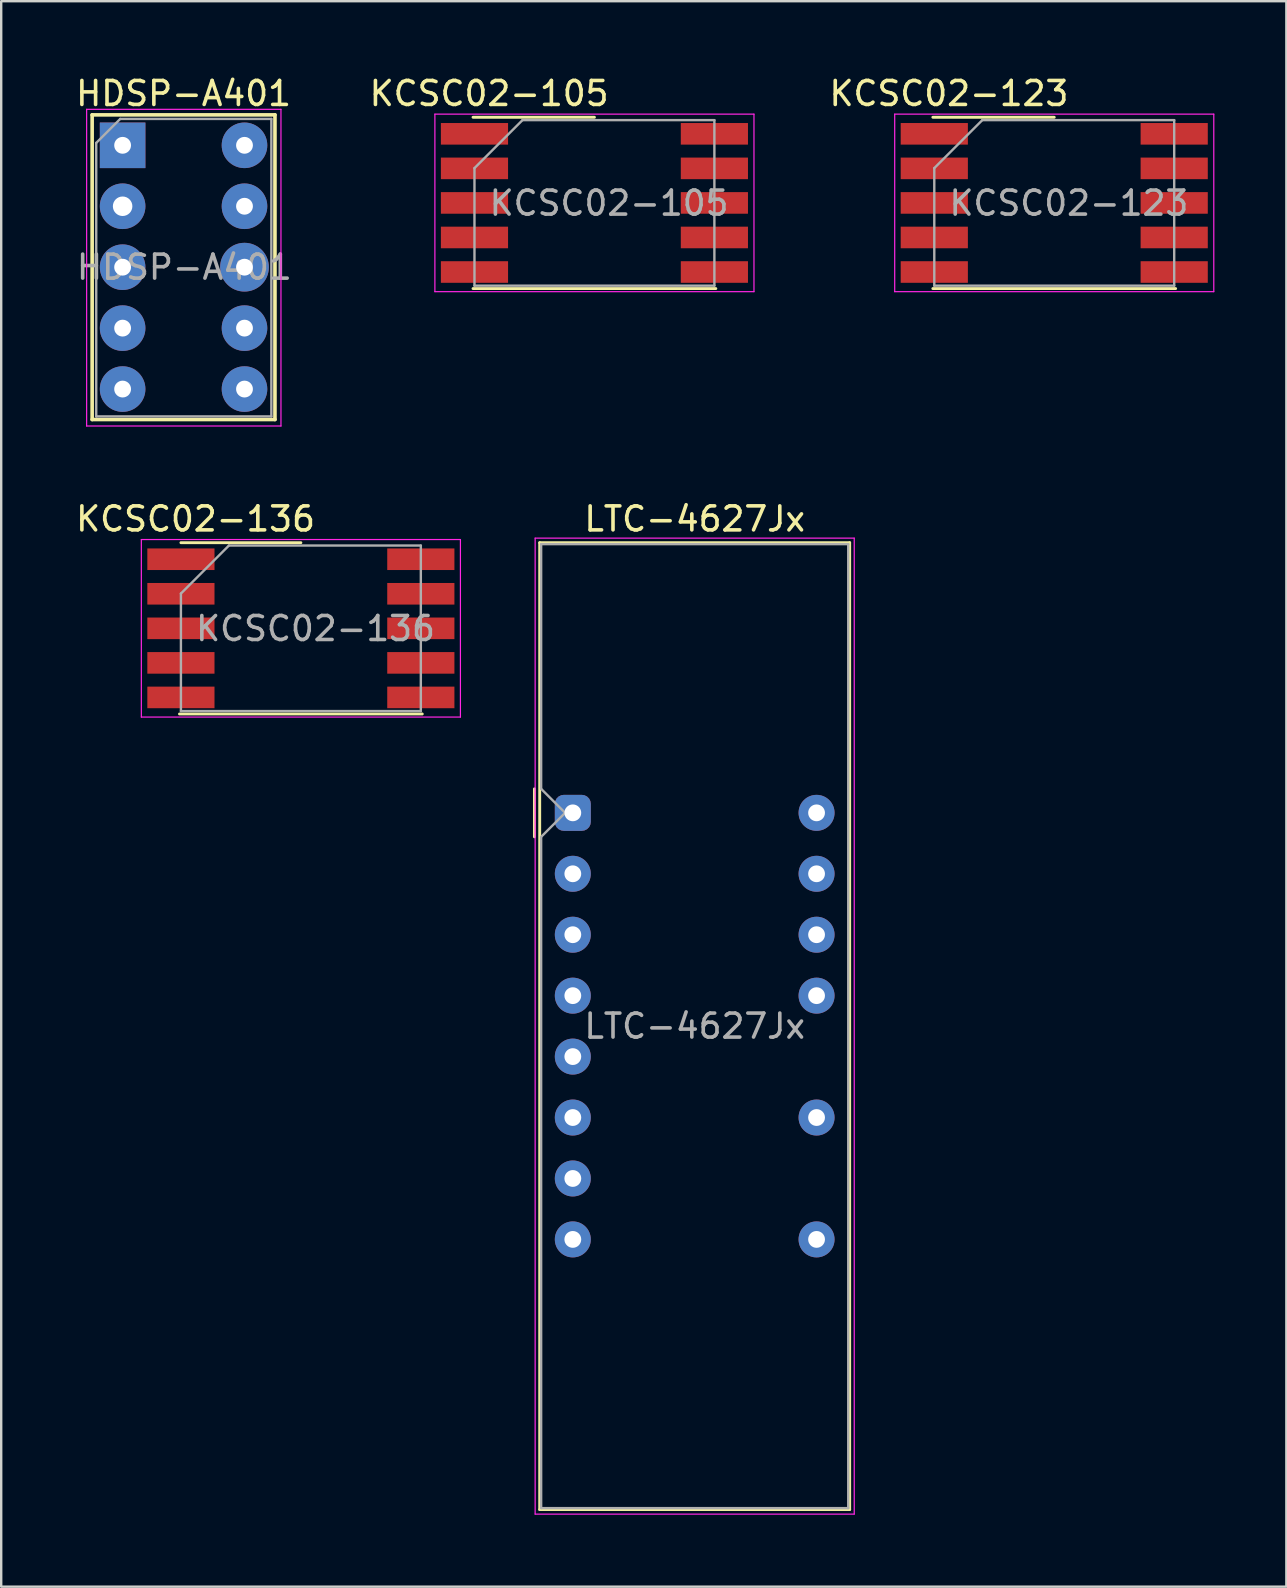
<source format=kicad_pcb>
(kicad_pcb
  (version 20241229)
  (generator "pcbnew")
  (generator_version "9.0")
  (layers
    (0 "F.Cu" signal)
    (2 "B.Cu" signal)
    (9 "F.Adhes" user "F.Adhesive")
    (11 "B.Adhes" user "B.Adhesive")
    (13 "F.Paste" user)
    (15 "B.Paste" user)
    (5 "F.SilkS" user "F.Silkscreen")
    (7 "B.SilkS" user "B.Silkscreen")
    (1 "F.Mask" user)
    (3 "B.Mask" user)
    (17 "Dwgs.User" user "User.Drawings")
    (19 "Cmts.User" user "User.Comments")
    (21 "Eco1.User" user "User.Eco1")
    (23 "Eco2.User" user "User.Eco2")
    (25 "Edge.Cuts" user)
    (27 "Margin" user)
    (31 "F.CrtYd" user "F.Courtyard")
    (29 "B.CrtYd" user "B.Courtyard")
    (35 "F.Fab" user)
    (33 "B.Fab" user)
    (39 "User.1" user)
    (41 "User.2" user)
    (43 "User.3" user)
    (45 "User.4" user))
  (footprint "HDSP-A401"
    (layer "F.Cu")
    (at 2.061 3.007)
    (property "Reference" "HDSP-A401" (at 2.54 -2.159 0) (layer "F.SilkS") (effects (font (size 1 1) (thickness 0.15))))
    (attr through_hole)
    (fp_line (start -1.27 -1.27) (end -1.27 11.43) (stroke (width 0.15) (type solid)) (layer "F.SilkS"))
    (fp_line (start -1.27 11.43) (end 6.35 11.43) (stroke (width 0.15) (type solid)) (layer "F.SilkS"))
    (fp_line (start 6.35 -1.27) (end -1.27 -1.27) (stroke (width 0.15) (type solid)) (layer "F.SilkS"))
    (fp_line (start 6.35 11.43) (end 6.35 -1.27) (stroke (width 0.15) (type solid)) (layer "F.SilkS"))
    (fp_line (start -1.5 -1.5) (end 6.6 -1.5) (stroke (width 0.05) (type solid)) (layer "F.CrtYd"))
    (fp_line (start -1.5 11.7) (end -1.5 -1.5) (stroke (width 0.05) (type solid)) (layer "F.CrtYd"))
    (fp_line (start 6.6 -1.5) (end 6.6 11.7) (stroke (width 0.05) (type solid)) (layer "F.CrtYd"))
    (fp_line (start 6.6 11.7) (end -1.5 11.7) (stroke (width 0.05) (type solid)) (layer "F.CrtYd"))
    (fp_line (start -1.1 -0.1) (end -0.1 -1.1) (stroke (width 0.1) (type solid)) (layer "F.Fab"))
    (fp_line (start -1.1 11.3) (end -1.1 -0.1) (stroke (width 0.1) (type solid)) (layer "F.Fab"))
    (fp_line (start -0.1 -1.1) (end 6.2 -1.1) (stroke (width 0.1) (type solid)) (layer "F.Fab"))
    (fp_line (start 6.2 -1.1) (end 6.2 11.3) (stroke (width 0.1) (type solid)) (layer "F.Fab"))
    (fp_line (start 6.2 11.3) (end -1.1 11.3) (stroke (width 0.1) (type solid)) (layer "F.Fab"))
    (fp_text user "${REFERENCE}" (at 2.573 5.08 0) (layer "F.Fab") (effects (font (size 1 1) (thickness 0.15))))
    (pad "" thru_hole circle (at 0 2.54) (size 1.397 1.397) (drill 0.813) (layers "*.Cu" "*.Mask"))
    (pad "1" thru_hole rect (at 0 0) (size 1.9 1.9) (drill 0.701) (layers "*.Cu" "*.Mask"))
    (pad "2" thru_hole circle (at 0 2.54) (size 1.9 1.9) (drill 0.701) (layers "*.Cu" "*.Mask"))
    (pad "3" thru_hole circle (at 0 5.08) (size 1.9 1.9) (drill 0.701) (layers "*.Cu" "*.Mask"))
    (pad "4" thru_hole circle (at 0 7.62) (size 1.9 1.9) (drill 0.701) (layers "*.Cu" "*.Mask"))
    (pad "5" thru_hole circle (at 0 10.16) (size 1.9 1.9) (drill 0.701) (layers "*.Cu" "*.Mask"))
    (pad "6" thru_hole circle (at 5.08 10.16) (size 1.9 1.9) (drill 0.701) (layers "*.Cu" "*.Mask"))
    (pad "7" thru_hole circle (at 5.08 7.62) (size 1.9 1.9) (drill 0.701) (layers "*.Cu" "*.Mask"))
    (pad "8" thru_hole circle (at 5.08 5.08) (size 2.032 2.032) (drill 0.701) (layers "*.Cu" "*.Mask"))
    (pad "9" thru_hole circle (at 5.08 2.54) (size 1.9 1.9) (drill 0.701) (layers "*.Cu" "*.Mask"))
    (pad "10" thru_hole circle (at 5.08 0) (size 1.9 1.9) (drill 0.701) (layers "*.Cu" "*.Mask")))
  (footprint "KCSC02-105"
    (layer "F.Cu")
    (at 21.727 5.408)
    (property "Reference" "KCSC02-105" (at -4.39 -4.56 0) (layer "F.SilkS") (effects (font (size 1 1) (thickness 0.15))))
    (attr smd)
    (fp_line (start -5.06 -3.57) (end 0 -3.57) (stroke (width 0.12) (type solid)) (layer "F.SilkS"))
    (fp_line (start 5.06 3.57) (end -5.06 3.57) (stroke (width 0.12) (type solid)) (layer "F.SilkS"))
    (fp_line (start -6.65 -3.7) (end -6.65 3.7) (stroke (width 0.05) (type solid)) (layer "F.CrtYd"))
    (fp_line (start -6.65 -3.7) (end 6.65 -3.7) (stroke (width 0.05) (type solid)) (layer "F.CrtYd"))
    (fp_line (start 6.65 -3.7) (end 6.65 3.7) (stroke (width 0.05) (type solid)) (layer "F.CrtYd"))
    (fp_line (start 6.65 3.7) (end -6.65 3.7) (stroke (width 0.05) (type solid)) (layer "F.CrtYd"))
    (fp_line (start -5 -1.45) (end -3 -3.45) (stroke (width 0.1) (type solid)) (layer "F.Fab"))
    (fp_line (start -5 3.45) (end -5 -1.45) (stroke (width 0.1) (type solid)) (layer "F.Fab"))
    (fp_line (start -3 -3.45) (end 5 -3.45) (stroke (width 0.1) (type solid)) (layer "F.Fab"))
    (fp_line (start 5 -3.45) (end 5 3.45) (stroke (width 0.1) (type solid)) (layer "F.Fab"))
    (fp_line (start 5 3.45) (end -5 3.45) (stroke (width 0.1) (type solid)) (layer "F.Fab"))
    (fp_text user "${REFERENCE}" (at 0.61 0.01 0) (layer "F.Fab") (effects (font (size 1 1) (thickness 0.15))))
    (pad "1" smd rect (at -5 -2.88) (size 2.8 0.9) (layers "F.Cu" "F.Mask" "F.Paste"))
    (pad "2" smd rect (at -5 -1.44) (size 2.8 0.9) (layers "F.Cu" "F.Mask" "F.Paste"))
    (pad "3" smd rect (at -5 0) (size 2.8 0.9) (layers "F.Cu" "F.Mask" "F.Paste"))
    (pad "4" smd rect (at -5 1.44) (size 2.8 0.9) (layers "F.Cu" "F.Mask" "F.Paste"))
    (pad "5" smd rect (at -5 2.88) (size 2.8 0.9) (layers "F.Cu" "F.Mask" "F.Paste"))
    (pad "6" smd rect (at 5 2.88) (size 2.8 0.9) (layers "F.Cu" "F.Mask" "F.Paste"))
    (pad "7" smd rect (at 5 1.44) (size 2.8 0.9) (layers "F.Cu" "F.Mask" "F.Paste"))
    (pad "8" smd rect (at 5 0) (size 2.8 0.9) (layers "F.Cu" "F.Mask" "F.Paste"))
    (pad "9" smd rect (at 5 -1.44) (size 2.8 0.9) (layers "F.Cu" "F.Mask" "F.Paste"))
    (pad "10" smd rect (at 5 -2.88) (size 2.8 0.9) (layers "F.Cu" "F.Mask" "F.Paste")))
  (footprint "KCSC02-123"
    (layer "F.Cu")
    (at 40.893 5.408)
    (property "Reference" "KCSC02-123" (at -4.39 -4.56 0) (layer "F.SilkS") (effects (font (size 1 1) (thickness 0.15))))
    (attr smd)
    (fp_line (start -5.06 -3.57) (end 0 -3.57) (stroke (width 0.12) (type solid)) (layer "F.SilkS"))
    (fp_line (start 5.06 3.57) (end -5.06 3.57) (stroke (width 0.12) (type solid)) (layer "F.SilkS"))
    (fp_line (start -6.65 -3.7) (end -6.65 3.7) (stroke (width 0.05) (type solid)) (layer "F.CrtYd"))
    (fp_line (start -6.65 -3.7) (end 6.65 -3.7) (stroke (width 0.05) (type solid)) (layer "F.CrtYd"))
    (fp_line (start 6.65 -3.7) (end 6.65 3.7) (stroke (width 0.05) (type solid)) (layer "F.CrtYd"))
    (fp_line (start 6.65 3.7) (end -6.65 3.7) (stroke (width 0.05) (type solid)) (layer "F.CrtYd"))
    (fp_line (start -5 -1.45) (end -3 -3.45) (stroke (width 0.1) (type solid)) (layer "F.Fab"))
    (fp_line (start -5 3.45) (end -5 -1.45) (stroke (width 0.1) (type solid)) (layer "F.Fab"))
    (fp_line (start -3 -3.45) (end 5 -3.45) (stroke (width 0.1) (type solid)) (layer "F.Fab"))
    (fp_line (start 5 -3.45) (end 5 3.45) (stroke (width 0.1) (type solid)) (layer "F.Fab"))
    (fp_line (start 5 3.45) (end -5 3.45) (stroke (width 0.1) (type solid)) (layer "F.Fab"))
    (fp_text user "${REFERENCE}" (at 0.61 0.01 0) (layer "F.Fab") (effects (font (size 1 1) (thickness 0.15))))
    (pad "1" smd rect (at -5 -2.88) (size 2.8 0.9) (layers "F.Cu" "F.Mask" "F.Paste"))
    (pad "2" smd rect (at -5 -1.44) (size 2.8 0.9) (layers "F.Cu" "F.Mask" "F.Paste"))
    (pad "3" smd rect (at -5 0) (size 2.8 0.9) (layers "F.Cu" "F.Mask" "F.Paste"))
    (pad "4" smd rect (at -5 1.44) (size 2.8 0.9) (layers "F.Cu" "F.Mask" "F.Paste"))
    (pad "5" smd rect (at -5 2.88) (size 2.8 0.9) (layers "F.Cu" "F.Mask" "F.Paste"))
    (pad "6" smd rect (at 5 2.88) (size 2.8 0.9) (layers "F.Cu" "F.Mask" "F.Paste"))
    (pad "7" smd rect (at 5 1.44) (size 2.8 0.9) (layers "F.Cu" "F.Mask" "F.Paste"))
    (pad "8" smd rect (at 5 0) (size 2.8 0.9) (layers "F.Cu" "F.Mask" "F.Paste"))
    (pad "9" smd rect (at 5 -1.44) (size 2.8 0.9) (layers "F.Cu" "F.Mask" "F.Paste"))
    (pad "10" smd rect (at 5 -2.88) (size 2.8 0.9) (layers "F.Cu" "F.Mask" "F.Paste")))
  (footprint "LTC-4627Jx"
    (layer "F.Cu")
    (at 20.826 30.831)
    (property "Reference" "LTC-4627Jx" (at 5.08 -12.25 0) (layer "F.SilkS") (effects (font (size 1 1) (thickness 0.15))))
    (attr through_hole)
    (fp_line (start -1.6 -1) (end -1.6 1) (stroke (width 0.12) (type solid)) (layer "F.SilkS"))
    (fp_line (start -1.38 -11.26) (end -1.38 29.04) (stroke (width 0.12) (type solid)) (layer "F.SilkS"))
    (fp_line (start -1.38 -11.26) (end 11.54 -11.26) (stroke (width 0.12) (type solid)) (layer "F.SilkS"))
    (fp_line (start -1.38 29.04) (end 11.54 29.04) (stroke (width 0.12) (type solid)) (layer "F.SilkS"))
    (fp_line (start 11.54 -11.26) (end 11.54 29.04) (stroke (width 0.12) (type solid)) (layer "F.SilkS"))
    (fp_line (start -1.57 -11.45) (end -1.57 29.23) (stroke (width 0.05) (type solid)) (layer "F.CrtYd"))
    (fp_line (start -1.57 -11.45) (end 11.73 -11.45) (stroke (width 0.05) (type solid)) (layer "F.CrtYd"))
    (fp_line (start -1.57 29.23) (end 11.73 29.23) (stroke (width 0.05) (type solid)) (layer "F.CrtYd"))
    (fp_line (start 11.73 -11.45) (end 11.73 29.23) (stroke (width 0.05) (type solid)) (layer "F.CrtYd"))
    (fp_line (start -1.32 -11.2) (end -1.32 -1) (stroke (width 0.1) (type solid)) (layer "F.Fab"))
    (fp_line (start -1.32 -11.2) (end 11.48 -11.2) (stroke (width 0.1) (type solid)) (layer "F.Fab"))
    (fp_line (start -1.32 -1) (end -0.32 0) (stroke (width 0.1) (type solid)) (layer "F.Fab"))
    (fp_line (start -1.32 1) (end -1.32 28.98) (stroke (width 0.1) (type solid)) (layer "F.Fab"))
    (fp_line (start -1.32 28.98) (end 11.48 28.98) (stroke (width 0.1) (type solid)) (layer "F.Fab"))
    (fp_line (start -0.32 0) (end -1.32 1) (stroke (width 0.1) (type solid)) (layer "F.Fab"))
    (fp_line (start 11.48 -11.2) (end 11.48 28.98) (stroke (width 0.1) (type solid)) (layer "F.Fab"))
    (fp_text user "${REFERENCE}" (at 5.08 8.89 0) (layer "F.Fab") (effects (font (size 1 1) (thickness 0.15))))
    (pad "1" thru_hole roundrect (at 0 0) (size 1.5 1.5) (drill 0.7) (layers "*.Cu" "*.Mask") (roundrect_rratio 0.25))
    (pad "2" thru_hole circle (at 0 2.54) (size 1.5 1.5) (drill 0.7) (layers "*.Cu" "*.Mask"))
    (pad "3" thru_hole circle (at 0 5.08) (size 1.5 1.5) (drill 0.7) (layers "*.Cu" "*.Mask"))
    (pad "4" thru_hole circle (at 0 7.62) (size 1.5 1.5) (drill 0.7) (layers "*.Cu" "*.Mask"))
    (pad "5" thru_hole circle (at 0 10.16) (size 1.5 1.5) (drill 0.7) (layers "*.Cu" "*.Mask"))
    (pad "6" thru_hole circle (at 0 12.7) (size 1.5 1.5) (drill 0.7) (layers "*.Cu" "*.Mask"))
    (pad "7" thru_hole circle (at 0 15.24) (size 1.5 1.5) (drill 0.7) (layers "*.Cu" "*.Mask"))
    (pad "8" thru_hole circle (at 0 17.78) (size 1.5 1.5) (drill 0.7) (layers "*.Cu" "*.Mask"))
    (pad "9" thru_hole circle (at 10.16 17.78) (size 1.5 1.5) (drill 0.7) (layers "*.Cu" "*.Mask"))
    (pad "11" thru_hole circle (at 10.16 12.7) (size 1.5 1.5) (drill 0.7) (layers "*.Cu" "*.Mask"))
    (pad "13" thru_hole circle (at 10.16 7.62) (size 1.5 1.5) (drill 0.7) (layers "*.Cu" "*.Mask"))
    (pad "14" thru_hole circle (at 10.16 5.08) (size 1.5 1.5) (drill 0.7) (layers "*.Cu" "*.Mask"))
    (pad "15" thru_hole circle (at 10.16 2.54) (size 1.5 1.5) (drill 0.7) (layers "*.Cu" "*.Mask"))
    (pad "16" thru_hole circle (at 10.16 0) (size 1.5 1.5) (drill 0.7) (layers "*.Cu" "*.Mask")))
  (footprint "KCSC02-136"
    (layer "F.Cu")
    (at 9.491 23.14)
    (property "Reference" "KCSC02-136" (at -4.39 -4.56 0) (layer "F.SilkS") (effects (font (size 1 1) (thickness 0.15))))
    (attr smd)
    (fp_line (start -5 -3.57) (end 0 -3.57) (stroke (width 0.12) (type solid)) (layer "F.SilkS"))
    (fp_line (start 5.06 3.57) (end -5.06 3.57) (stroke (width 0.12) (type solid)) (layer "F.SilkS"))
    (fp_line (start -6.65 -3.7) (end -6.65 3.7) (stroke (width 0.05) (type solid)) (layer "F.CrtYd"))
    (fp_line (start -6.65 -3.7) (end 6.65 -3.7) (stroke (width 0.05) (type solid)) (layer "F.CrtYd"))
    (fp_line (start 6.65 -3.7) (end 6.65 3.7) (stroke (width 0.05) (type solid)) (layer "F.CrtYd"))
    (fp_line (start 6.65 3.7) (end -6.65 3.7) (stroke (width 0.05) (type solid)) (layer "F.CrtYd"))
    (fp_line (start -5 -1.45) (end -3 -3.45) (stroke (width 0.1) (type solid)) (layer "F.Fab"))
    (fp_line (start -5 3.45) (end -5 -1.45) (stroke (width 0.1) (type solid)) (layer "F.Fab"))
    (fp_line (start -3 -3.45) (end 5 -3.45) (stroke (width 0.1) (type solid)) (layer "F.Fab"))
    (fp_line (start 5 -3.45) (end 5 3.45) (stroke (width 0.1) (type solid)) (layer "F.Fab"))
    (fp_line (start 5 3.45) (end -5 3.45) (stroke (width 0.1) (type solid)) (layer "F.Fab"))
    (fp_text user "${REFERENCE}" (at 0.61 0.01 0) (layer "F.Fab") (effects (font (size 1 1) (thickness 0.15))))
    (pad "1" smd rect (at -5 -2.88) (size 2.8 0.9) (layers "F.Cu" "F.Mask" "F.Paste"))
    (pad "2" smd rect (at -5 -1.44) (size 2.8 0.9) (layers "F.Cu" "F.Mask" "F.Paste"))
    (pad "3" smd rect (at -5 0) (size 2.8 0.9) (layers "F.Cu" "F.Mask" "F.Paste"))
    (pad "4" smd rect (at -5 1.44) (size 2.8 0.9) (layers "F.Cu" "F.Mask" "F.Paste"))
    (pad "5" smd rect (at -5 2.88) (size 2.8 0.9) (layers "F.Cu" "F.Mask" "F.Paste"))
    (pad "6" smd rect (at 5 2.88) (size 2.8 0.9) (layers "F.Cu" "F.Mask" "F.Paste"))
    (pad "7" smd rect (at 5 1.44) (size 2.8 0.9) (layers "F.Cu" "F.Mask" "F.Paste"))
    (pad "8" smd rect (at 5 0) (size 2.8 0.9) (layers "F.Cu" "F.Mask" "F.Paste"))
    (pad "9" smd rect (at 5 -1.44) (size 2.8 0.9) (layers "F.Cu" "F.Mask" "F.Paste"))
    (pad "10" smd rect (at 5 -2.88) (size 2.8 0.9) (layers "F.Cu" "F.Mask" "F.Paste")))
  (gr_rect
    (start -3 -3)
    (end 50.568 63.086)
    (stroke (width 0.1) (type default))
    (fill no)
    (layer "Edge.Cuts")))
</source>
